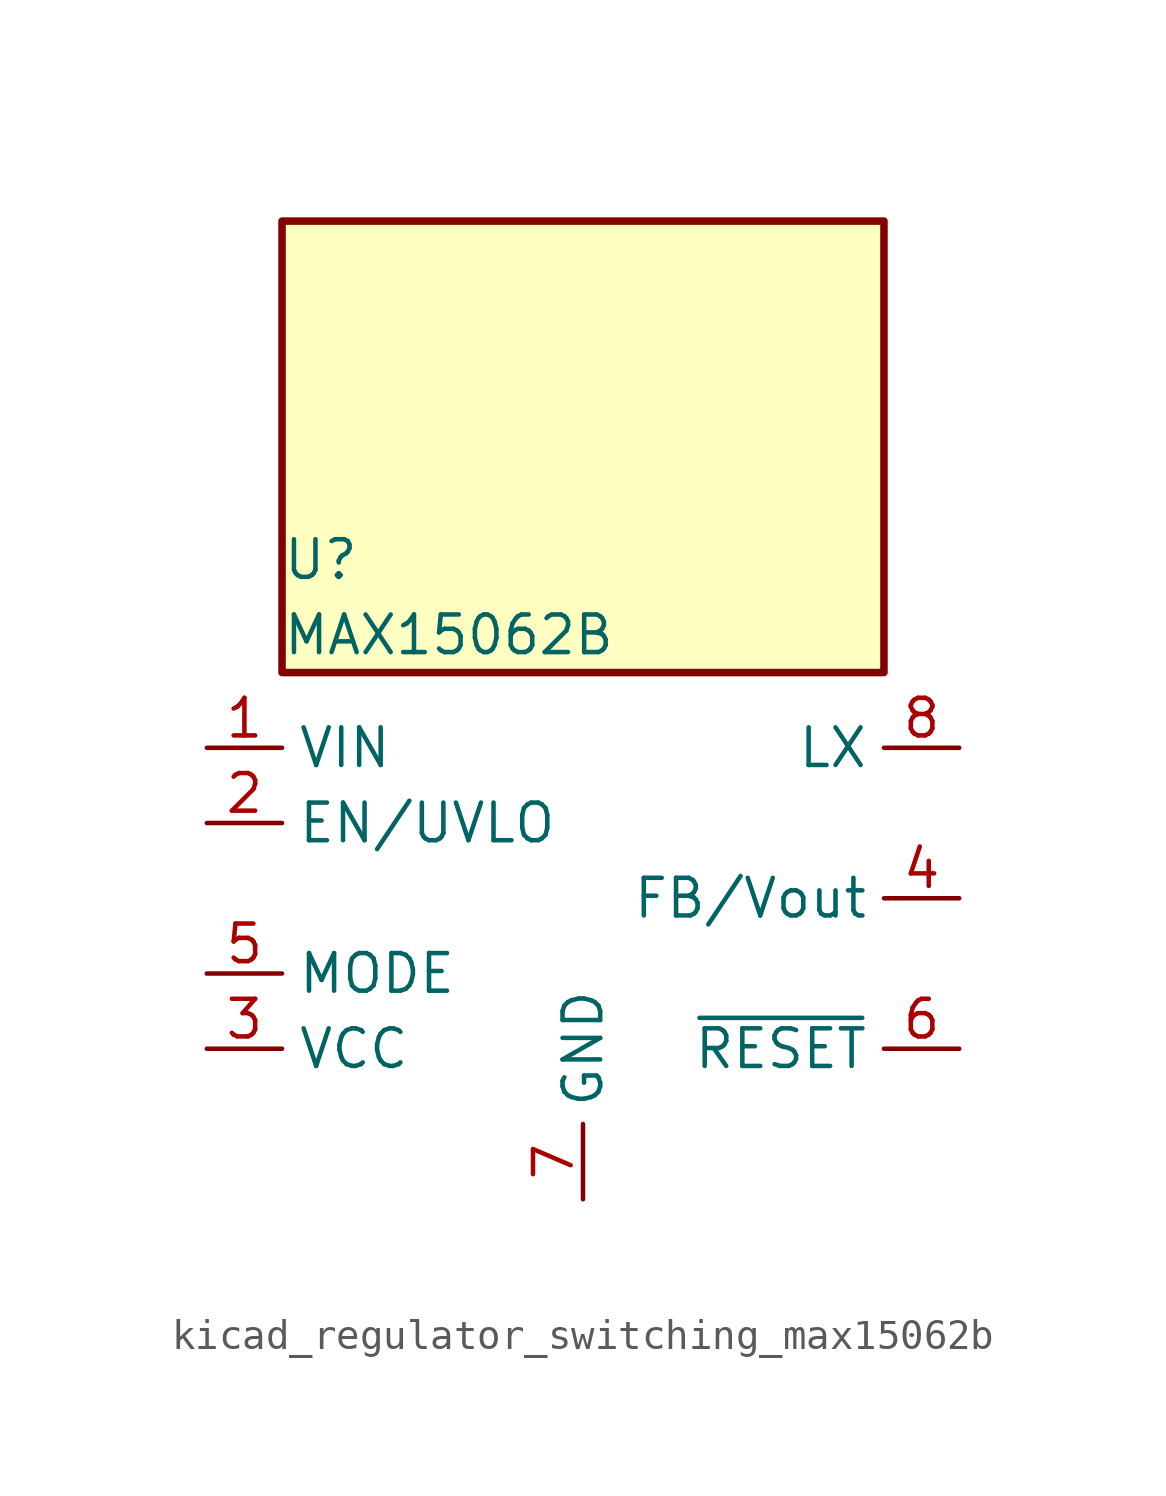
<source format=kicad_sym>
(kicad_symbol_lib
  (version 20220914)
  (generator kicad_symbol_editor)
  (symbol "kicad_regulator_switching_max15062b"
    (property "Reference" "U"
      (at -10.16 11.43 0)
      (effects (font (size 1.27 1.27)) (justify left)))
    (property "Value" "MAX15062B"
      (at -10.16 8.89 0)
      (effects (font (size 1.27 1.27)) (justify left)))
    (symbol "kicad_regulator_switching_max15062b_0_1"
      (rectangle (start 10.16 22.86) (end -10.16 7.62) (stroke (width 0.254) (type default)) (fill (type background))))
    (symbol "kicad_regulator_switching_max15062b_1_1"
      (pin power_in line (at -12.7 5.08 0) (length 2.54) (name "VIN" (effects (font (size 1.27 1.27)))) (number "1" (effects (font (size 1.27 1.27)))))
      (pin input line (at -12.7 2.54 0) (length 2.54) (name "EN/UVLO" (effects (font (size 1.27 1.27)))) (number "2" (effects (font (size 1.27 1.27)))))
      (pin power_out line (at -12.7 -5.08 0) (length 2.54) (name "VCC" (effects (font (size 1.27 1.27)))) (number "3" (effects (font (size 1.27 1.27)))))
      (pin input line (at 12.7 0 180) (length 2.54) (name "FB/Vout" (effects (font (size 1.27 1.27)))) (number "4" (effects (font (size 1.27 1.27)))))
      (pin input line (at -12.7 -2.54 0) (length 2.54) (name "MODE" (effects (font (size 1.27 1.27)))) (number "5" (effects (font (size 1.27 1.27)))))
      (pin open_collector line (at 12.7 -5.08 180) (length 2.54) (name "~{RESET}" (effects (font (size 1.27 1.27)))) (number "6" (effects (font (size 1.27 1.27)))))
      (pin power_in line (at 0 -10.16 90) (length 2.54) (name "GND" (effects (font (size 1.27 1.27)))) (number "7" (effects (font (size 1.27 1.27)))))
      (pin power_out line (at 12.7 5.08 180) (length 2.54) (name "LX" (effects (font (size 1.27 1.27)))) (number "8" (effects (font (size 1.27 1.27))))))))
</source>
